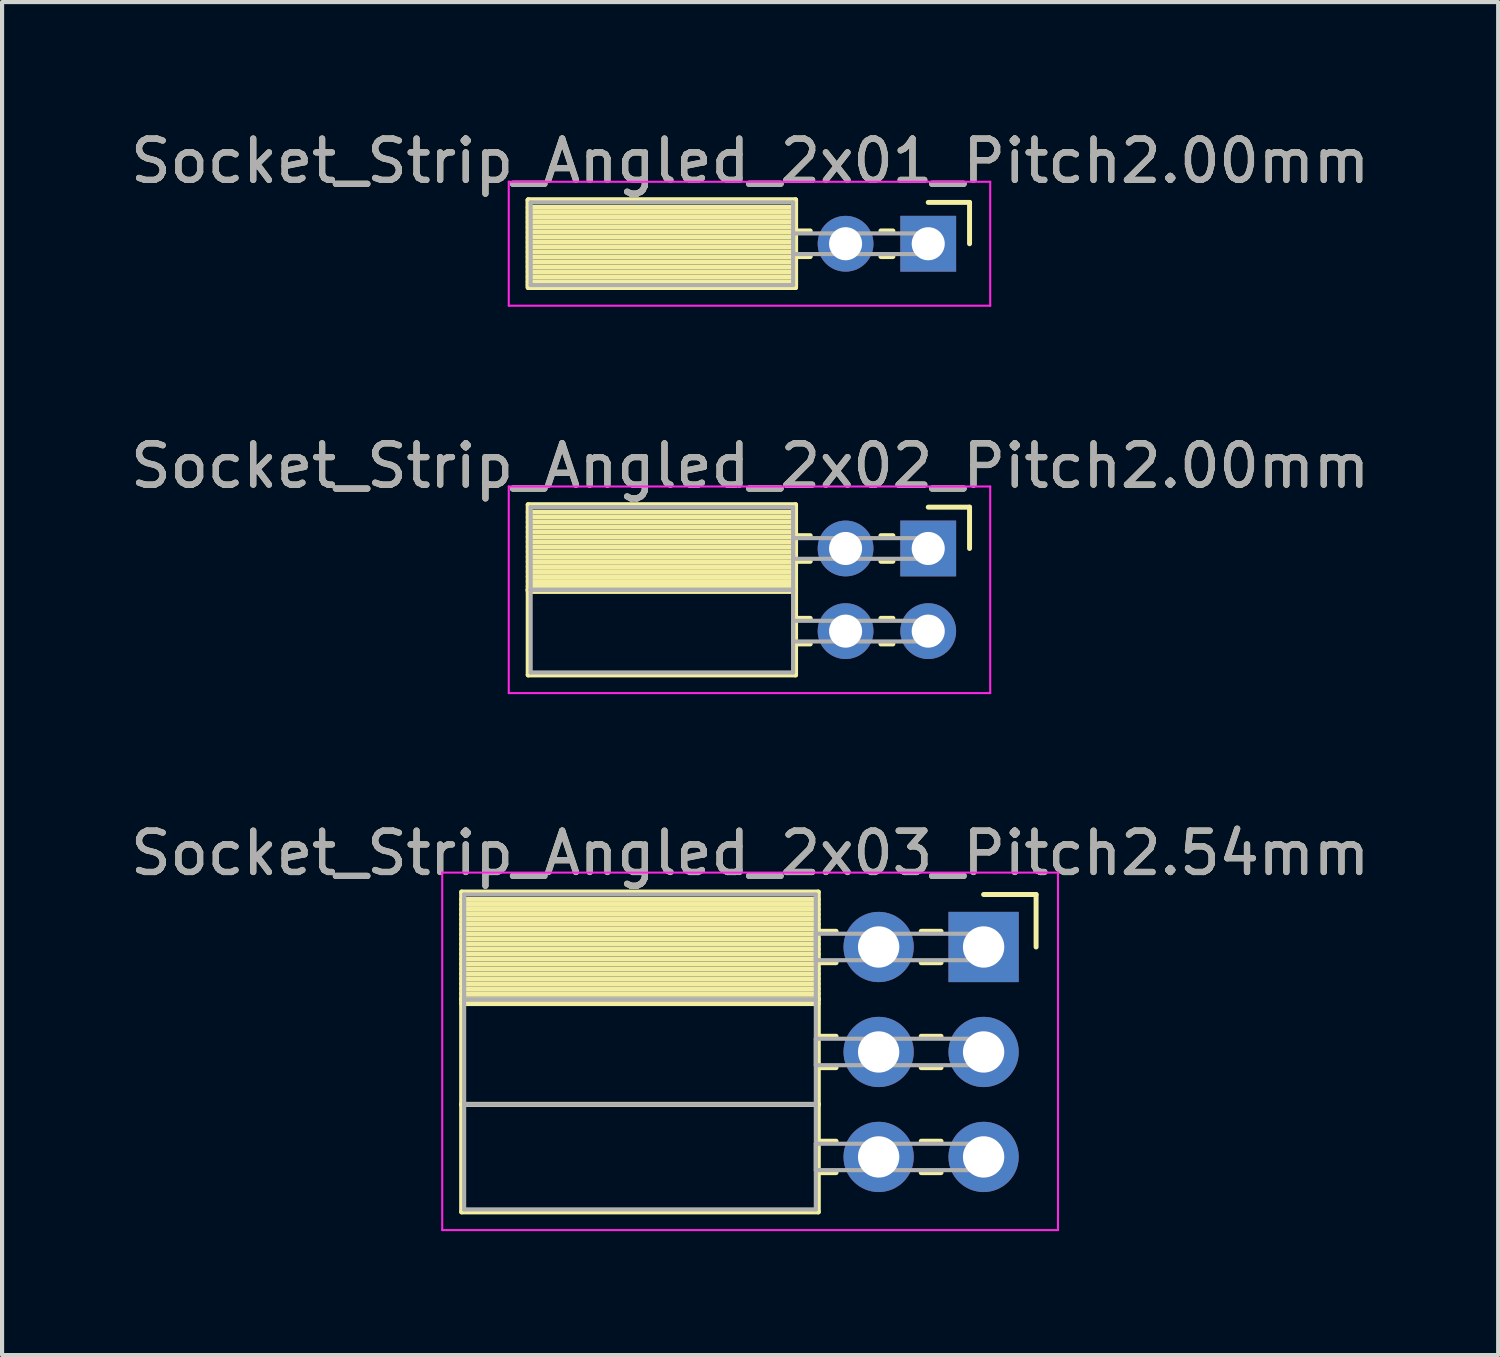
<source format=kicad_pcb>
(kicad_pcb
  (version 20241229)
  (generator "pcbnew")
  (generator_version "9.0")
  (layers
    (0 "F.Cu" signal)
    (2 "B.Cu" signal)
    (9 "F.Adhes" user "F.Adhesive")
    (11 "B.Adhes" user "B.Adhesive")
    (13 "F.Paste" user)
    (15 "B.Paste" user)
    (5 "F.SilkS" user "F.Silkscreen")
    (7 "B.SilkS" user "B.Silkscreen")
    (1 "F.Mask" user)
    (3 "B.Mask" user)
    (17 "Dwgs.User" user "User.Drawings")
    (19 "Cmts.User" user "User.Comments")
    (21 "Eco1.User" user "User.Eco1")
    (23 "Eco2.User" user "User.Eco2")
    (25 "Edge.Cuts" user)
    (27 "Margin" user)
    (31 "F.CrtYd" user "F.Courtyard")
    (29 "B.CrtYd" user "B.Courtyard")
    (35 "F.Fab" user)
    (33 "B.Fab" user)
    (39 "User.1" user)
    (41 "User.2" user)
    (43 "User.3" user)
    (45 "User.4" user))
  (footprint "Socket_Strip_Angled_2x02_Pitch2.00mm"
    (layer "F.Cu")
    (at 19.411 10.222)
    (property "Reference" "Socket_Strip_Angled_2x02_Pitch2.00mm" (at -4.31 -2 0) (layer "F.SilkS") (effects (font (size 1 1) (thickness 0.15))))
    (attr through_hole)
    (fp_line (start -9.68 -1.06) (end -3.21 -1.06) (stroke (width 0.12) (type solid)) (layer "F.SilkS"))
    (fp_line (start -9.68 1) (end -9.68 -1.06) (stroke (width 0.12) (type solid)) (layer "F.SilkS"))
    (fp_line (start -9.68 1) (end -3.21 1) (stroke (width 0.12) (type solid)) (layer "F.SilkS"))
    (fp_line (start -9.68 3.06) (end -9.68 1) (stroke (width 0.12) (type solid)) (layer "F.SilkS"))
    (fp_line (start -3.21 -1.06) (end -3.21 1) (stroke (width 0.12) (type solid)) (layer "F.SilkS"))
    (fp_line (start -3.21 -0.88) (end -9.68 -0.88) (stroke (width 0.12) (type solid)) (layer "F.SilkS"))
    (fp_line (start -3.21 -0.76) (end -9.68 -0.76) (stroke (width 0.12) (type solid)) (layer "F.SilkS"))
    (fp_line (start -3.21 -0.64) (end -9.68 -0.64) (stroke (width 0.12) (type solid)) (layer "F.SilkS"))
    (fp_line (start -3.21 -0.52) (end -9.68 -0.52) (stroke (width 0.12) (type solid)) (layer "F.SilkS"))
    (fp_line (start -3.21 -0.4) (end -9.68 -0.4) (stroke (width 0.12) (type solid)) (layer "F.SilkS"))
    (fp_line (start -3.21 -0.28) (end -9.68 -0.28) (stroke (width 0.12) (type solid)) (layer "F.SilkS"))
    (fp_line (start -3.21 -0.16) (end -9.68 -0.16) (stroke (width 0.12) (type solid)) (layer "F.SilkS"))
    (fp_line (start -3.21 -0.04) (end -9.68 -0.04) (stroke (width 0.12) (type solid)) (layer "F.SilkS"))
    (fp_line (start -3.21 0.08) (end -9.68 0.08) (stroke (width 0.12) (type solid)) (layer "F.SilkS"))
    (fp_line (start -3.21 0.2) (end -9.68 0.2) (stroke (width 0.12) (type solid)) (layer "F.SilkS"))
    (fp_line (start -3.21 0.32) (end -9.68 0.32) (stroke (width 0.12) (type solid)) (layer "F.SilkS"))
    (fp_line (start -3.21 0.44) (end -9.68 0.44) (stroke (width 0.12) (type solid)) (layer "F.SilkS"))
    (fp_line (start -3.21 0.56) (end -9.68 0.56) (stroke (width 0.12) (type solid)) (layer "F.SilkS"))
    (fp_line (start -3.21 0.68) (end -9.68 0.68) (stroke (width 0.12) (type solid)) (layer "F.SilkS"))
    (fp_line (start -3.21 0.8) (end -9.68 0.8) (stroke (width 0.12) (type solid)) (layer "F.SilkS"))
    (fp_line (start -3.21 0.92) (end -9.68 0.92) (stroke (width 0.12) (type solid)) (layer "F.SilkS"))
    (fp_line (start -3.21 1) (end -9.68 1) (stroke (width 0.12) (type solid)) (layer "F.SilkS"))
    (fp_line (start -3.21 1) (end -3.21 3.06) (stroke (width 0.12) (type solid)) (layer "F.SilkS"))
    (fp_line (start -3.21 1.04) (end -9.68 1.04) (stroke (width 0.12) (type solid)) (layer "F.SilkS"))
    (fp_line (start -3.21 3.06) (end -9.68 3.06) (stroke (width 0.12) (type solid)) (layer "F.SilkS"))
    (fp_line (start -2.855 -0.31) (end -3.21 -0.31) (stroke (width 0.12) (type solid)) (layer "F.SilkS"))
    (fp_line (start -2.855 0.31) (end -3.21 0.31) (stroke (width 0.12) (type solid)) (layer "F.SilkS"))
    (fp_line (start -2.855 1.69) (end -3.21 1.69) (stroke (width 0.12) (type solid)) (layer "F.SilkS"))
    (fp_line (start -2.855 2.31) (end -3.21 2.31) (stroke (width 0.12) (type solid)) (layer "F.SilkS"))
    (fp_line (start -0.855 -0.31) (end -1.145 -0.31) (stroke (width 0.12) (type solid)) (layer "F.SilkS"))
    (fp_line (start -0.855 0.31) (end -1.145 0.31) (stroke (width 0.12) (type solid)) (layer "F.SilkS"))
    (fp_line (start -0.855 1.69) (end -1.145 1.69) (stroke (width 0.12) (type solid)) (layer "F.SilkS"))
    (fp_line (start -0.855 2.31) (end -1.145 2.31) (stroke (width 0.12) (type solid)) (layer "F.SilkS"))
    (fp_line (start 0 -1) (end 1 -1) (stroke (width 0.12) (type solid)) (layer "F.SilkS"))
    (fp_line (start 1 -1) (end 1 0) (stroke (width 0.12) (type solid)) (layer "F.SilkS"))
    (fp_line (start -10.15 -1.5) (end 1.5 -1.5) (stroke (width 0.05) (type solid)) (layer "F.CrtYd"))
    (fp_line (start -10.15 3.5) (end -10.15 -1.5) (stroke (width 0.05) (type solid)) (layer "F.CrtYd"))
    (fp_line (start 1.5 -1.5) (end 1.5 3.5) (stroke (width 0.05) (type solid)) (layer "F.CrtYd"))
    (fp_line (start 1.5 3.5) (end -10.15 3.5) (stroke (width 0.05) (type solid)) (layer "F.CrtYd"))
    (fp_line (start -9.62 -1) (end -3.27 -1) (stroke (width 0.1) (type solid)) (layer "F.Fab"))
    (fp_line (start -9.62 1) (end -9.62 -1) (stroke (width 0.1) (type solid)) (layer "F.Fab"))
    (fp_line (start -9.62 1) (end -3.27 1) (stroke (width 0.1) (type solid)) (layer "F.Fab"))
    (fp_line (start -9.62 3) (end -9.62 1) (stroke (width 0.1) (type solid)) (layer "F.Fab"))
    (fp_line (start -3.27 -1) (end -3.27 1) (stroke (width 0.1) (type solid)) (layer "F.Fab"))
    (fp_line (start -3.27 -0.25) (end 0 -0.25) (stroke (width 0.1) (type solid)) (layer "F.Fab"))
    (fp_line (start -3.27 0.25) (end -3.27 -0.25) (stroke (width 0.1) (type solid)) (layer "F.Fab"))
    (fp_line (start -3.27 1) (end -9.62 1) (stroke (width 0.1) (type solid)) (layer "F.Fab"))
    (fp_line (start -3.27 1) (end -3.27 3) (stroke (width 0.1) (type solid)) (layer "F.Fab"))
    (fp_line (start -3.27 1.75) (end 0 1.75) (stroke (width 0.1) (type solid)) (layer "F.Fab"))
    (fp_line (start -3.27 2.25) (end -3.27 1.75) (stroke (width 0.1) (type solid)) (layer "F.Fab"))
    (fp_line (start -3.27 3) (end -9.62 3) (stroke (width 0.1) (type solid)) (layer "F.Fab"))
    (fp_line (start 0 -0.25) (end 0 0.25) (stroke (width 0.1) (type solid)) (layer "F.Fab"))
    (fp_line (start 0 0.25) (end -3.27 0.25) (stroke (width 0.1) (type solid)) (layer "F.Fab"))
    (fp_line (start 0 1.75) (end 0 2.25) (stroke (width 0.1) (type solid)) (layer "F.Fab"))
    (fp_line (start 0 2.25) (end -3.27 2.25) (stroke (width 0.1) (type solid)) (layer "F.Fab"))
    (fp_text user "${REFERENCE}" (at -4.31 -2 0) (layer "F.Fab") (effects (font (size 1 1) (thickness 0.15))))
    (pad "1" thru_hole rect (at 0 0) (size 1.35 1.35) (drill 0.8) (layers "*.Cu" "*.Mask"))
    (pad "2" thru_hole oval (at -2 0) (size 1.35 1.35) (drill 0.8) (layers "*.Cu" "*.Mask"))
    (pad "3" thru_hole oval (at 0 2) (size 1.35 1.35) (drill 0.8) (layers "*.Cu" "*.Mask"))
    (pad "4" thru_hole oval (at -2 2) (size 1.35 1.35) (drill 0.8) (layers "*.Cu" "*.Mask")))
  (footprint "Socket_Strip_Angled_2x03_Pitch2.54mm"
    (layer "F.Cu")
    (at 20.751 19.865)
    (property "Reference" "Socket_Strip_Angled_2x03_Pitch2.54mm" (at -5.65 -2.27 0) (layer "F.SilkS") (effects (font (size 1 1) (thickness 0.15))))
    (attr through_hole)
    (fp_line (start -12.63 -1.33) (end -4 -1.33) (stroke (width 0.12) (type solid)) (layer "F.SilkS"))
    (fp_line (start -12.63 1.27) (end -12.63 -1.33) (stroke (width 0.12) (type solid)) (layer "F.SilkS"))
    (fp_line (start -12.63 1.27) (end -4 1.27) (stroke (width 0.12) (type solid)) (layer "F.SilkS"))
    (fp_line (start -12.63 3.81) (end -12.63 1.27) (stroke (width 0.12) (type solid)) (layer "F.SilkS"))
    (fp_line (start -12.63 3.81) (end -4 3.81) (stroke (width 0.12) (type solid)) (layer "F.SilkS"))
    (fp_line (start -12.63 6.41) (end -12.63 3.81) (stroke (width 0.12) (type solid)) (layer "F.SilkS"))
    (fp_line (start -4 -1.33) (end -4 1.27) (stroke (width 0.12) (type solid)) (layer "F.SilkS"))
    (fp_line (start -4 -1.15) (end -12.63 -1.15) (stroke (width 0.12) (type solid)) (layer "F.SilkS"))
    (fp_line (start -4 -1.03) (end -12.63 -1.03) (stroke (width 0.12) (type solid)) (layer "F.SilkS"))
    (fp_line (start -4 -0.91) (end -12.63 -0.91) (stroke (width 0.12) (type solid)) (layer "F.SilkS"))
    (fp_line (start -4 -0.79) (end -12.63 -0.79) (stroke (width 0.12) (type solid)) (layer "F.SilkS"))
    (fp_line (start -4 -0.67) (end -12.63 -0.67) (stroke (width 0.12) (type solid)) (layer "F.SilkS"))
    (fp_line (start -4 -0.55) (end -12.63 -0.55) (stroke (width 0.12) (type solid)) (layer "F.SilkS"))
    (fp_line (start -4 -0.43) (end -12.63 -0.43) (stroke (width 0.12) (type solid)) (layer "F.SilkS"))
    (fp_line (start -4 -0.31) (end -12.63 -0.31) (stroke (width 0.12) (type solid)) (layer "F.SilkS"))
    (fp_line (start -4 -0.19) (end -12.63 -0.19) (stroke (width 0.12) (type solid)) (layer "F.SilkS"))
    (fp_line (start -4 -0.07) (end -12.63 -0.07) (stroke (width 0.12) (type solid)) (layer "F.SilkS"))
    (fp_line (start -4 0.05) (end -12.63 0.05) (stroke (width 0.12) (type solid)) (layer "F.SilkS"))
    (fp_line (start -4 0.17) (end -12.63 0.17) (stroke (width 0.12) (type solid)) (layer "F.SilkS"))
    (fp_line (start -4 0.29) (end -12.63 0.29) (stroke (width 0.12) (type solid)) (layer "F.SilkS"))
    (fp_line (start -4 0.41) (end -12.63 0.41) (stroke (width 0.12) (type solid)) (layer "F.SilkS"))
    (fp_line (start -4 0.53) (end -12.63 0.53) (stroke (width 0.12) (type solid)) (layer "F.SilkS"))
    (fp_line (start -4 0.65) (end -12.63 0.65) (stroke (width 0.12) (type solid)) (layer "F.SilkS"))
    (fp_line (start -4 0.77) (end -12.63 0.77) (stroke (width 0.12) (type solid)) (layer "F.SilkS"))
    (fp_line (start -4 0.89) (end -12.63 0.89) (stroke (width 0.12) (type solid)) (layer "F.SilkS"))
    (fp_line (start -4 1.01) (end -12.63 1.01) (stroke (width 0.12) (type solid)) (layer "F.SilkS"))
    (fp_line (start -4 1.13) (end -12.63 1.13) (stroke (width 0.12) (type solid)) (layer "F.SilkS"))
    (fp_line (start -4 1.25) (end -12.63 1.25) (stroke (width 0.12) (type solid)) (layer "F.SilkS"))
    (fp_line (start -4 1.27) (end -12.63 1.27) (stroke (width 0.12) (type solid)) (layer "F.SilkS"))
    (fp_line (start -4 1.27) (end -4 3.81) (stroke (width 0.12) (type solid)) (layer "F.SilkS"))
    (fp_line (start -4 1.37) (end -12.63 1.37) (stroke (width 0.12) (type solid)) (layer "F.SilkS"))
    (fp_line (start -4 3.81) (end -12.63 3.81) (stroke (width 0.12) (type solid)) (layer "F.SilkS"))
    (fp_line (start -4 3.81) (end -4 6.41) (stroke (width 0.12) (type solid)) (layer "F.SilkS"))
    (fp_line (start -4 6.41) (end -12.63 6.41) (stroke (width 0.12) (type solid)) (layer "F.SilkS"))
    (fp_line (start -3.57 -0.38) (end -4 -0.38) (stroke (width 0.12) (type solid)) (layer "F.SilkS"))
    (fp_line (start -3.57 0.38) (end -4 0.38) (stroke (width 0.12) (type solid)) (layer "F.SilkS"))
    (fp_line (start -3.57 2.16) (end -4 2.16) (stroke (width 0.12) (type solid)) (layer "F.SilkS"))
    (fp_line (start -3.57 2.92) (end -4 2.92) (stroke (width 0.12) (type solid)) (layer "F.SilkS"))
    (fp_line (start -3.57 4.7) (end -4 4.7) (stroke (width 0.12) (type solid)) (layer "F.SilkS"))
    (fp_line (start -3.57 5.46) (end -4 5.46) (stroke (width 0.12) (type solid)) (layer "F.SilkS"))
    (fp_line (start -1.03 -0.38) (end -1.51 -0.38) (stroke (width 0.12) (type solid)) (layer "F.SilkS"))
    (fp_line (start -1.03 0.38) (end -1.51 0.38) (stroke (width 0.12) (type solid)) (layer "F.SilkS"))
    (fp_line (start -1.03 2.16) (end -1.51 2.16) (stroke (width 0.12) (type solid)) (layer "F.SilkS"))
    (fp_line (start -1.03 2.92) (end -1.51 2.92) (stroke (width 0.12) (type solid)) (layer "F.SilkS"))
    (fp_line (start -1.03 4.7) (end -1.51 4.7) (stroke (width 0.12) (type solid)) (layer "F.SilkS"))
    (fp_line (start -1.03 5.46) (end -1.51 5.46) (stroke (width 0.12) (type solid)) (layer "F.SilkS"))
    (fp_line (start 0 -1.27) (end 1.27 -1.27) (stroke (width 0.12) (type solid)) (layer "F.SilkS"))
    (fp_line (start 1.27 -1.27) (end 1.27 0) (stroke (width 0.12) (type solid)) (layer "F.SilkS"))
    (fp_line (start -13.1 -1.8) (end 1.8 -1.8) (stroke (width 0.05) (type solid)) (layer "F.CrtYd"))
    (fp_line (start -13.1 6.85) (end -13.1 -1.8) (stroke (width 0.05) (type solid)) (layer "F.CrtYd"))
    (fp_line (start 1.8 -1.8) (end 1.8 6.85) (stroke (width 0.05) (type solid)) (layer "F.CrtYd"))
    (fp_line (start 1.8 6.85) (end -13.1 6.85) (stroke (width 0.05) (type solid)) (layer "F.CrtYd"))
    (fp_line (start -12.57 -1.27) (end -4.06 -1.27) (stroke (width 0.1) (type solid)) (layer "F.Fab"))
    (fp_line (start -12.57 1.27) (end -12.57 -1.27) (stroke (width 0.1) (type solid)) (layer "F.Fab"))
    (fp_line (start -12.57 1.27) (end -4.06 1.27) (stroke (width 0.1) (type solid)) (layer "F.Fab"))
    (fp_line (start -12.57 3.81) (end -12.57 1.27) (stroke (width 0.1) (type solid)) (layer "F.Fab"))
    (fp_line (start -12.57 3.81) (end -4.06 3.81) (stroke (width 0.1) (type solid)) (layer "F.Fab"))
    (fp_line (start -12.57 6.35) (end -12.57 3.81) (stroke (width 0.1) (type solid)) (layer "F.Fab"))
    (fp_line (start -4.06 -1.27) (end -4.06 1.27) (stroke (width 0.1) (type solid)) (layer "F.Fab"))
    (fp_line (start -4.06 -0.32) (end 0 -0.32) (stroke (width 0.1) (type solid)) (layer "F.Fab"))
    (fp_line (start -4.06 0.32) (end -4.06 -0.32) (stroke (width 0.1) (type solid)) (layer "F.Fab"))
    (fp_line (start -4.06 1.27) (end -12.57 1.27) (stroke (width 0.1) (type solid)) (layer "F.Fab"))
    (fp_line (start -4.06 1.27) (end -4.06 3.81) (stroke (width 0.1) (type solid)) (layer "F.Fab"))
    (fp_line (start -4.06 2.22) (end 0 2.22) (stroke (width 0.1) (type solid)) (layer "F.Fab"))
    (fp_line (start -4.06 2.86) (end -4.06 2.22) (stroke (width 0.1) (type solid)) (layer "F.Fab"))
    (fp_line (start -4.06 3.81) (end -12.57 3.81) (stroke (width 0.1) (type solid)) (layer "F.Fab"))
    (fp_line (start -4.06 3.81) (end -4.06 6.35) (stroke (width 0.1) (type solid)) (layer "F.Fab"))
    (fp_line (start -4.06 4.76) (end 0 4.76) (stroke (width 0.1) (type solid)) (layer "F.Fab"))
    (fp_line (start -4.06 5.4) (end -4.06 4.76) (stroke (width 0.1) (type solid)) (layer "F.Fab"))
    (fp_line (start -4.06 6.35) (end -12.57 6.35) (stroke (width 0.1) (type solid)) (layer "F.Fab"))
    (fp_line (start 0 -0.32) (end 0 0.32) (stroke (width 0.1) (type solid)) (layer "F.Fab"))
    (fp_line (start 0 0.32) (end -4.06 0.32) (stroke (width 0.1) (type solid)) (layer "F.Fab"))
    (fp_line (start 0 2.22) (end 0 2.86) (stroke (width 0.1) (type solid)) (layer "F.Fab"))
    (fp_line (start 0 2.86) (end -4.06 2.86) (stroke (width 0.1) (type solid)) (layer "F.Fab"))
    (fp_line (start 0 4.76) (end 0 5.4) (stroke (width 0.1) (type solid)) (layer "F.Fab"))
    (fp_line (start 0 5.4) (end -4.06 5.4) (stroke (width 0.1) (type solid)) (layer "F.Fab"))
    (fp_text user "${REFERENCE}" (at -5.65 -2.27 0) (layer "F.Fab") (effects (font (size 1 1) (thickness 0.15))))
    (pad "1" thru_hole rect (at 0 0) (size 1.7 1.7) (drill 1) (layers "*.Cu" "*.Mask"))
    (pad "2" thru_hole oval (at -2.54 0) (size 1.7 1.7) (drill 1) (layers "*.Cu" "*.Mask"))
    (pad "3" thru_hole oval (at 0 2.54) (size 1.7 1.7) (drill 1) (layers "*.Cu" "*.Mask"))
    (pad "4" thru_hole oval (at -2.54 2.54) (size 1.7 1.7) (drill 1) (layers "*.Cu" "*.Mask"))
    (pad "5" thru_hole oval (at 0 5.08) (size 1.7 1.7) (drill 1) (layers "*.Cu" "*.Mask"))
    (pad "6" thru_hole oval (at -2.54 5.08) (size 1.7 1.7) (drill 1) (layers "*.Cu" "*.Mask")))
  (footprint "Socket_Strip_Angled_2x01_Pitch2.00mm"
    (layer "F.Cu")
    (at 19.411 2.848)
    (property "Reference" "Socket_Strip_Angled_2x01_Pitch2.00mm" (at -4.31 -2 0) (layer "F.SilkS") (effects (font (size 1 1) (thickness 0.15))))
    (attr through_hole)
    (fp_line (start -9.68 -1.06) (end -3.21 -1.06) (stroke (width 0.12) (type solid)) (layer "F.SilkS"))
    (fp_line (start -9.68 -1.06) (end -3.21 -1.06) (stroke (width 0.12) (type solid)) (layer "F.SilkS"))
    (fp_line (start -9.68 1) (end -9.68 -1.06) (stroke (width 0.12) (type solid)) (layer "F.SilkS"))
    (fp_line (start -9.68 1.06) (end -9.68 -1.06) (stroke (width 0.12) (type solid)) (layer "F.SilkS"))
    (fp_line (start -3.21 -1.06) (end -3.21 1) (stroke (width 0.12) (type solid)) (layer "F.SilkS"))
    (fp_line (start -3.21 -1.06) (end -3.21 1.06) (stroke (width 0.12) (type solid)) (layer "F.SilkS"))
    (fp_line (start -3.21 -0.88) (end -9.68 -0.88) (stroke (width 0.12) (type solid)) (layer "F.SilkS"))
    (fp_line (start -3.21 -0.76) (end -9.68 -0.76) (stroke (width 0.12) (type solid)) (layer "F.SilkS"))
    (fp_line (start -3.21 -0.64) (end -9.68 -0.64) (stroke (width 0.12) (type solid)) (layer "F.SilkS"))
    (fp_line (start -3.21 -0.52) (end -9.68 -0.52) (stroke (width 0.12) (type solid)) (layer "F.SilkS"))
    (fp_line (start -3.21 -0.4) (end -9.68 -0.4) (stroke (width 0.12) (type solid)) (layer "F.SilkS"))
    (fp_line (start -3.21 -0.28) (end -9.68 -0.28) (stroke (width 0.12) (type solid)) (layer "F.SilkS"))
    (fp_line (start -3.21 -0.16) (end -9.68 -0.16) (stroke (width 0.12) (type solid)) (layer "F.SilkS"))
    (fp_line (start -3.21 -0.04) (end -9.68 -0.04) (stroke (width 0.12) (type solid)) (layer "F.SilkS"))
    (fp_line (start -3.21 0.08) (end -9.68 0.08) (stroke (width 0.12) (type solid)) (layer "F.SilkS"))
    (fp_line (start -3.21 0.2) (end -9.68 0.2) (stroke (width 0.12) (type solid)) (layer "F.SilkS"))
    (fp_line (start -3.21 0.32) (end -9.68 0.32) (stroke (width 0.12) (type solid)) (layer "F.SilkS"))
    (fp_line (start -3.21 0.44) (end -9.68 0.44) (stroke (width 0.12) (type solid)) (layer "F.SilkS"))
    (fp_line (start -3.21 0.56) (end -9.68 0.56) (stroke (width 0.12) (type solid)) (layer "F.SilkS"))
    (fp_line (start -3.21 0.68) (end -9.68 0.68) (stroke (width 0.12) (type solid)) (layer "F.SilkS"))
    (fp_line (start -3.21 0.8) (end -9.68 0.8) (stroke (width 0.12) (type solid)) (layer "F.SilkS"))
    (fp_line (start -3.21 0.92) (end -9.68 0.92) (stroke (width 0.12) (type solid)) (layer "F.SilkS"))
    (fp_line (start -3.21 1) (end -9.68 1) (stroke (width 0.12) (type solid)) (layer "F.SilkS"))
    (fp_line (start -3.21 1.04) (end -9.68 1.04) (stroke (width 0.12) (type solid)) (layer "F.SilkS"))
    (fp_line (start -3.21 1.06) (end -9.68 1.06) (stroke (width 0.12) (type solid)) (layer "F.SilkS"))
    (fp_line (start -2.855 -0.31) (end -3.21 -0.31) (stroke (width 0.12) (type solid)) (layer "F.SilkS"))
    (fp_line (start -2.855 0.31) (end -3.21 0.31) (stroke (width 0.12) (type solid)) (layer "F.SilkS"))
    (fp_line (start -0.855 -0.31) (end -1.145 -0.31) (stroke (width 0.12) (type solid)) (layer "F.SilkS"))
    (fp_line (start -0.855 0.31) (end -1.145 0.31) (stroke (width 0.12) (type solid)) (layer "F.SilkS"))
    (fp_line (start 0 -1) (end 1 -1) (stroke (width 0.12) (type solid)) (layer "F.SilkS"))
    (fp_line (start 1 -1) (end 1 0) (stroke (width 0.12) (type solid)) (layer "F.SilkS"))
    (fp_line (start -10.15 -1.5) (end 1.5 -1.5) (stroke (width 0.05) (type solid)) (layer "F.CrtYd"))
    (fp_line (start -10.15 1.5) (end -10.15 -1.5) (stroke (width 0.05) (type solid)) (layer "F.CrtYd"))
    (fp_line (start 1.5 -1.5) (end 1.5 1.5) (stroke (width 0.05) (type solid)) (layer "F.CrtYd"))
    (fp_line (start 1.5 1.5) (end -10.15 1.5) (stroke (width 0.05) (type solid)) (layer "F.CrtYd"))
    (fp_line (start -9.62 -1) (end -3.27 -1) (stroke (width 0.1) (type solid)) (layer "F.Fab"))
    (fp_line (start -9.62 1) (end -9.62 -1) (stroke (width 0.1) (type solid)) (layer "F.Fab"))
    (fp_line (start -3.27 -1) (end -3.27 1) (stroke (width 0.1) (type solid)) (layer "F.Fab"))
    (fp_line (start -3.27 -0.25) (end 0 -0.25) (stroke (width 0.1) (type solid)) (layer "F.Fab"))
    (fp_line (start -3.27 0.25) (end -3.27 -0.25) (stroke (width 0.1) (type solid)) (layer "F.Fab"))
    (fp_line (start -3.27 1) (end -9.62 1) (stroke (width 0.1) (type solid)) (layer "F.Fab"))
    (fp_line (start 0 -0.25) (end 0 0.25) (stroke (width 0.1) (type solid)) (layer "F.Fab"))
    (fp_line (start 0 0.25) (end -3.27 0.25) (stroke (width 0.1) (type solid)) (layer "F.Fab"))
    (fp_text user "${REFERENCE}" (at -4.31 -2 0) (layer "F.Fab") (effects (font (size 1 1) (thickness 0.15))))
    (pad "1" thru_hole rect (at 0 0) (size 1.35 1.35) (drill 0.8) (layers "*.Cu" "*.Mask"))
    (pad "2" thru_hole oval (at -2 0) (size 1.35 1.35) (drill 0.8) (layers "*.Cu" "*.Mask")))
  (gr_rect
    (start -3 -3)
    (end 33.202 29.74)
    (stroke (width 0.1) (type default))
    (fill no)
    (layer "Edge.Cuts")))
</source>
